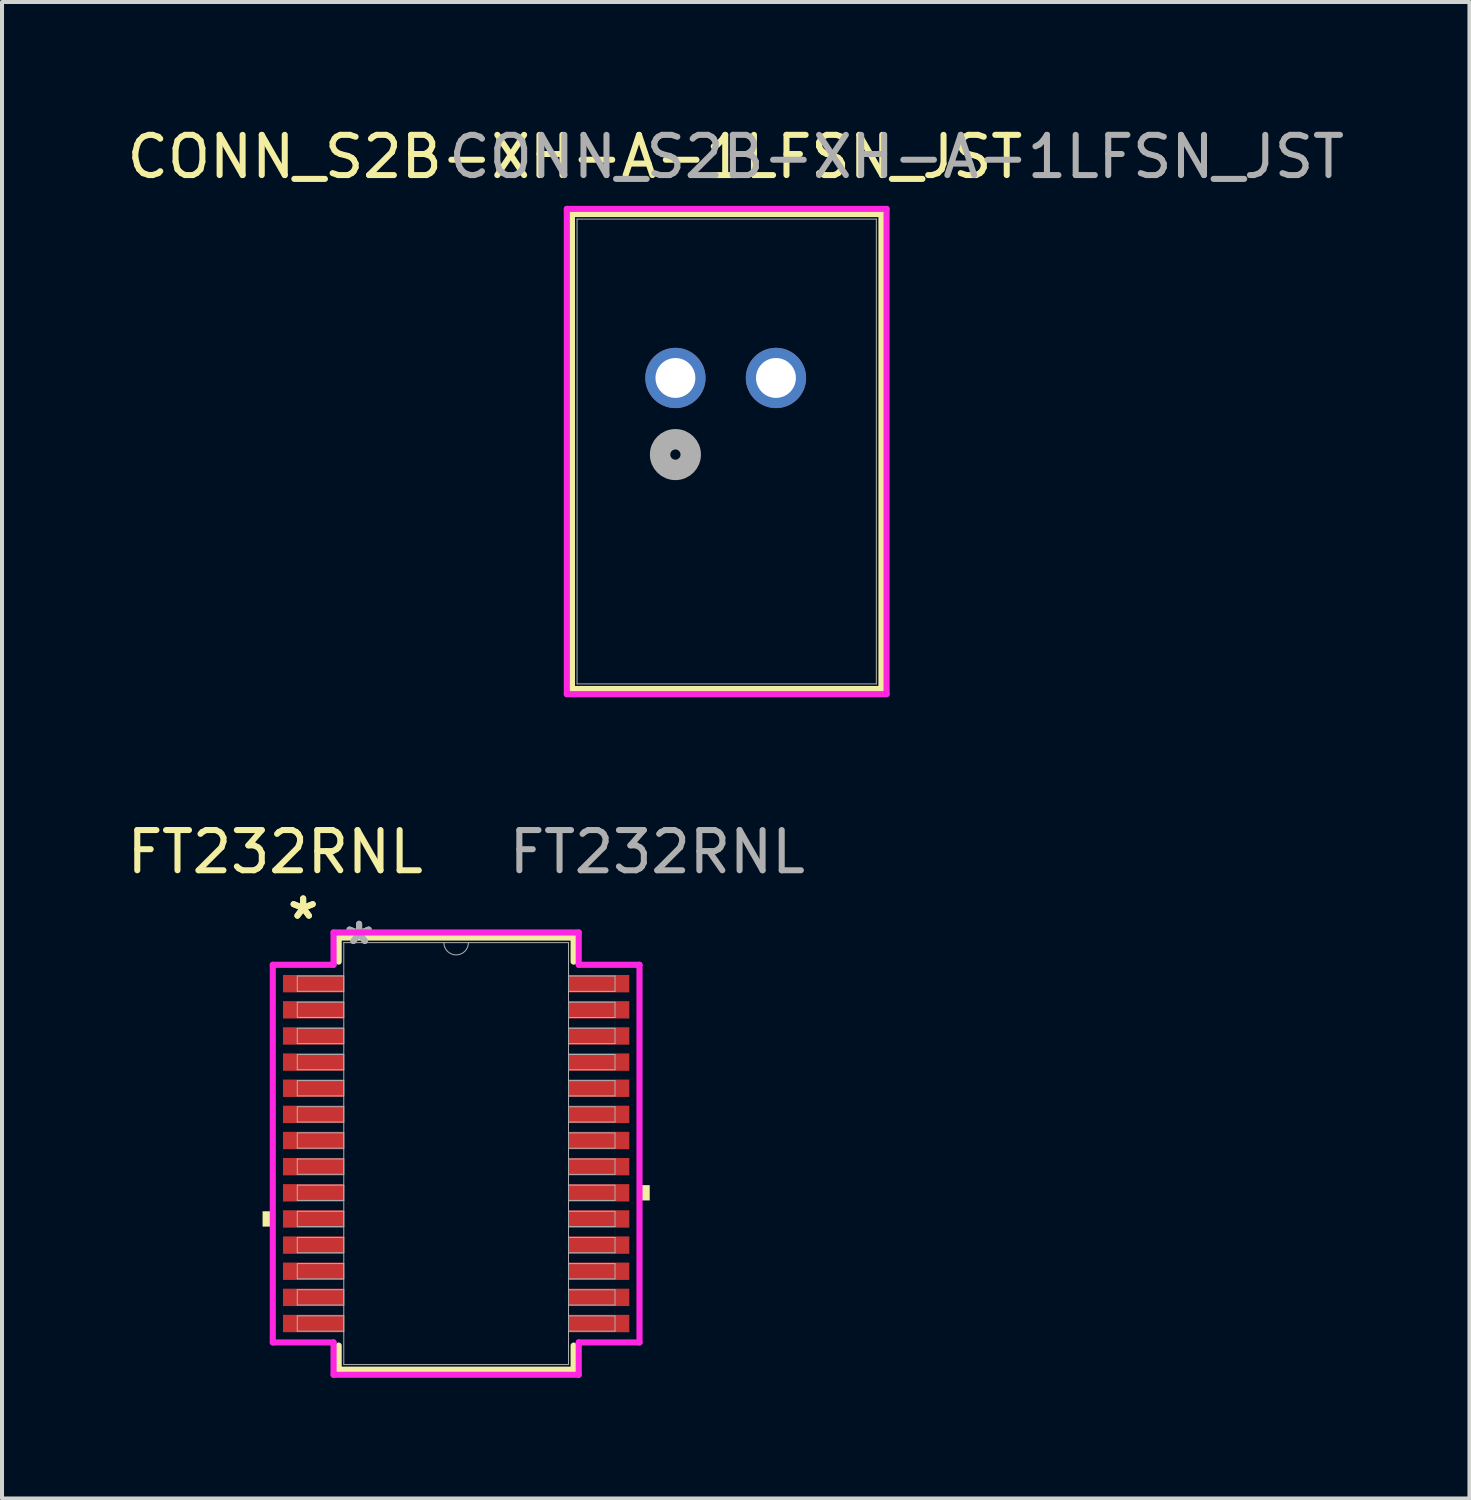
<source format=kicad_pcb>
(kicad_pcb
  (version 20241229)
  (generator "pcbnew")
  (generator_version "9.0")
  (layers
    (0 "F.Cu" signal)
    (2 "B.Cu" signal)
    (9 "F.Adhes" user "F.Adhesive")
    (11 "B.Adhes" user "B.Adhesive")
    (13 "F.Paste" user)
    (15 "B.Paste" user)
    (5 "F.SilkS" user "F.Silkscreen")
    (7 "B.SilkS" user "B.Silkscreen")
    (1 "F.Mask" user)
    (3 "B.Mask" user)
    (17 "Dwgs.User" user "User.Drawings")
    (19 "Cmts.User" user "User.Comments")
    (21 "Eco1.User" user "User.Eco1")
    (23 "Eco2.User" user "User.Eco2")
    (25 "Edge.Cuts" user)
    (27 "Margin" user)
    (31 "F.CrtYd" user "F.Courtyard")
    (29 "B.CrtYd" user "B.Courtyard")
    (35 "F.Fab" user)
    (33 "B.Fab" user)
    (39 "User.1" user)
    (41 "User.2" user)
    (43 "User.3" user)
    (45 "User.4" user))
  (footprint "CONN_S2B-XH-A-1LFSN_JST"
    (layer "F.Cu")
    (at 13.744 6.348)
    (property "Reference" "CONN_S2B-XH-A-1LFSN_JST" (at -2.5 -5.5 0) (unlocked yes) (layer "F.SilkS") (effects (font (size 1 1) (thickness 0.15))))
    (attr through_hole)
    (fp_line (start -2.573 -4.077) (end -2.573 7.734) (stroke (width 0.152) (type solid)) (layer "F.SilkS"))
    (fp_line (start -2.573 7.734) (end 5.123 7.734) (stroke (width 0.152) (type solid)) (layer "F.SilkS"))
    (fp_line (start 5.123 -4.077) (end -2.573 -4.077) (stroke (width 0.152) (type solid)) (layer "F.SilkS"))
    (fp_line (start 5.123 7.734) (end 5.123 -4.077) (stroke (width 0.152) (type solid)) (layer "F.SilkS"))
    (fp_line (start -2.7 -4.204) (end -2.7 7.861) (stroke (width 0.152) (type solid)) (layer "F.CrtYd"))
    (fp_line (start -2.7 7.861) (end 5.25 7.861) (stroke (width 0.152) (type solid)) (layer "F.CrtYd"))
    (fp_line (start 5.25 -4.204) (end -2.7 -4.204) (stroke (width 0.152) (type solid)) (layer "F.CrtYd"))
    (fp_line (start 5.25 7.861) (end 5.25 -4.204) (stroke (width 0.152) (type solid)) (layer "F.CrtYd"))
    (fp_line (start -2.446 -3.95) (end -2.446 7.607) (stroke (width 0.025) (type solid)) (layer "F.Fab"))
    (fp_line (start -2.446 7.607) (end 4.996 7.607) (stroke (width 0.025) (type solid)) (layer "F.Fab"))
    (fp_line (start 4.996 -3.95) (end -2.446 -3.95) (stroke (width 0.025) (type solid)) (layer "F.Fab"))
    (fp_line (start 4.996 7.607) (end 4.996 -3.95) (stroke (width 0.025) (type solid)) (layer "F.Fab"))
    (fp_circle (center 0 1.905) (end 0.381 1.905) (stroke (width 0.508) (type solid)) (fill no) (layer "F.Fab"))
    (fp_text user "${REFERENCE}" (at 5.5 -5.5 0) (unlocked yes) (layer "F.Fab") (effects (font (size 1 1) (thickness 0.15))))
    (pad "1" thru_hole circle (at 0 0) (size 1.499 1.499) (drill 0.991) (layers "*.Cu" "*.Mask"))
    (pad "2" thru_hole circle (at 2.5 0) (size 1.499 1.499) (drill 0.991) (layers "*.Cu" "*.Mask")))
  (footprint "FT232RNL"
    (layer "F.Cu")
    (at 8.292 25.634)
    (property "Reference" "FT232RNL" (at -4.5 -7.5 0) (unlocked yes) (layer "F.SilkS") (effects (font (size 1 1) (thickness 0.15))))
    (attr smd)
    (fp_line (start -2.921 -5.372) (end -2.921 -4.774) (stroke (width 0.152) (type solid)) (layer "F.SilkS"))
    (fp_line (start -2.921 4.774) (end -2.921 5.372) (stroke (width 0.152) (type solid)) (layer "F.SilkS"))
    (fp_line (start -2.921 5.372) (end 2.921 5.372) (stroke (width 0.152) (type solid)) (layer "F.SilkS"))
    (fp_line (start 2.921 -5.372) (end -2.921 -5.372) (stroke (width 0.152) (type solid)) (layer "F.SilkS"))
    (fp_line (start 2.921 -4.774) (end 2.921 -5.372) (stroke (width 0.152) (type solid)) (layer "F.SilkS"))
    (fp_line (start 2.921 5.372) (end 2.921 4.774) (stroke (width 0.152) (type solid)) (layer "F.SilkS"))
    (fp_poly (pts (xy -4.813 1.434) (xy -4.813 1.815) (xy -4.559 1.815) (xy -4.559 1.434)) (stroke (width 0) (type solid)) (fill yes) (layer "F.SilkS"))
    (fp_poly (pts (xy 4.813 0.784) (xy 4.813 1.165) (xy 4.559 1.165) (xy 4.559 0.784)) (stroke (width 0) (type solid)) (fill yes) (layer "F.SilkS"))
    (fp_line (start -4.559 -4.695) (end -3.048 -4.695) (stroke (width 0.152) (type solid)) (layer "F.CrtYd"))
    (fp_line (start -4.559 4.695) (end -4.559 -4.695) (stroke (width 0.152) (type solid)) (layer "F.CrtYd"))
    (fp_line (start -4.559 4.695) (end -3.048 4.695) (stroke (width 0.152) (type solid)) (layer "F.CrtYd"))
    (fp_line (start -3.048 -5.499) (end 3.048 -5.499) (stroke (width 0.152) (type solid)) (layer "F.CrtYd"))
    (fp_line (start -3.048 -4.695) (end -3.048 -5.499) (stroke (width 0.152) (type solid)) (layer "F.CrtYd"))
    (fp_line (start -3.048 5.499) (end -3.048 4.695) (stroke (width 0.152) (type solid)) (layer "F.CrtYd"))
    (fp_line (start 3.048 -5.499) (end 3.048 -4.695) (stroke (width 0.152) (type solid)) (layer "F.CrtYd"))
    (fp_line (start 3.048 4.695) (end 3.048 5.499) (stroke (width 0.152) (type solid)) (layer "F.CrtYd"))
    (fp_line (start 3.048 5.499) (end -3.048 5.499) (stroke (width 0.152) (type solid)) (layer "F.CrtYd"))
    (fp_line (start 4.559 -4.695) (end 3.048 -4.695) (stroke (width 0.152) (type solid)) (layer "F.CrtYd"))
    (fp_line (start 4.559 -4.695) (end 4.559 4.695) (stroke (width 0.152) (type solid)) (layer "F.CrtYd"))
    (fp_line (start 4.559 4.695) (end 3.048 4.695) (stroke (width 0.152) (type solid)) (layer "F.CrtYd"))
    (fp_line (start -3.95 -4.415) (end -3.95 -4.035) (stroke (width 0.025) (type solid)) (layer "F.Fab"))
    (fp_line (start -3.95 -4.035) (end -2.794 -4.035) (stroke (width 0.025) (type solid)) (layer "F.Fab"))
    (fp_line (start -3.95 -3.765) (end -3.95 -3.385) (stroke (width 0.025) (type solid)) (layer "F.Fab"))
    (fp_line (start -3.95 -3.385) (end -2.794 -3.385) (stroke (width 0.025) (type solid)) (layer "F.Fab"))
    (fp_line (start -3.95 -3.115) (end -3.95 -2.735) (stroke (width 0.025) (type solid)) (layer "F.Fab"))
    (fp_line (start -3.95 -2.735) (end -2.794 -2.735) (stroke (width 0.025) (type solid)) (layer "F.Fab"))
    (fp_line (start -3.95 -2.466) (end -3.95 -2.084) (stroke (width 0.025) (type solid)) (layer "F.Fab"))
    (fp_line (start -3.95 -2.084) (end -2.794 -2.084) (stroke (width 0.025) (type solid)) (layer "F.Fab"))
    (fp_line (start -3.95 -1.816) (end -3.95 -1.435) (stroke (width 0.025) (type solid)) (layer "F.Fab"))
    (fp_line (start -3.95 -1.435) (end -2.794 -1.435) (stroke (width 0.025) (type solid)) (layer "F.Fab"))
    (fp_line (start -3.95 -1.166) (end -3.95 -0.785) (stroke (width 0.025) (type solid)) (layer "F.Fab"))
    (fp_line (start -3.95 -0.785) (end -2.794 -0.785) (stroke (width 0.025) (type solid)) (layer "F.Fab"))
    (fp_line (start -3.95 -0.516) (end -3.95 -0.135) (stroke (width 0.025) (type solid)) (layer "F.Fab"))
    (fp_line (start -3.95 -0.135) (end -2.794 -0.135) (stroke (width 0.025) (type solid)) (layer "F.Fab"))
    (fp_line (start -3.95 0.134) (end -3.95 0.515) (stroke (width 0.025) (type solid)) (layer "F.Fab"))
    (fp_line (start -3.95 0.515) (end -2.794 0.515) (stroke (width 0.025) (type solid)) (layer "F.Fab"))
    (fp_line (start -3.95 0.784) (end -3.95 1.165) (stroke (width 0.025) (type solid)) (layer "F.Fab"))
    (fp_line (start -3.95 1.165) (end -2.794 1.165) (stroke (width 0.025) (type solid)) (layer "F.Fab"))
    (fp_line (start -3.95 1.434) (end -3.95 1.815) (stroke (width 0.025) (type solid)) (layer "F.Fab"))
    (fp_line (start -3.95 1.815) (end -2.794 1.815) (stroke (width 0.025) (type solid)) (layer "F.Fab"))
    (fp_line (start -3.95 2.084) (end -3.95 2.465) (stroke (width 0.025) (type solid)) (layer "F.Fab"))
    (fp_line (start -3.95 2.465) (end -2.794 2.465) (stroke (width 0.025) (type solid)) (layer "F.Fab"))
    (fp_line (start -3.95 2.734) (end -3.95 3.115) (stroke (width 0.025) (type solid)) (layer "F.Fab"))
    (fp_line (start -3.95 3.115) (end -2.794 3.115) (stroke (width 0.025) (type solid)) (layer "F.Fab"))
    (fp_line (start -3.95 3.384) (end -3.95 3.765) (stroke (width 0.025) (type solid)) (layer "F.Fab"))
    (fp_line (start -3.95 3.765) (end -2.794 3.765) (stroke (width 0.025) (type solid)) (layer "F.Fab"))
    (fp_line (start -3.95 4.034) (end -3.95 4.415) (stroke (width 0.025) (type solid)) (layer "F.Fab"))
    (fp_line (start -3.95 4.415) (end -2.794 4.415) (stroke (width 0.025) (type solid)) (layer "F.Fab"))
    (fp_line (start -2.794 -5.245) (end -2.794 5.245) (stroke (width 0.025) (type solid)) (layer "F.Fab"))
    (fp_line (start -2.794 -4.415) (end -3.95 -4.415) (stroke (width 0.025) (type solid)) (layer "F.Fab"))
    (fp_line (start -2.794 -4.035) (end -2.794 -4.415) (stroke (width 0.025) (type solid)) (layer "F.Fab"))
    (fp_line (start -2.794 -3.765) (end -3.95 -3.765) (stroke (width 0.025) (type solid)) (layer "F.Fab"))
    (fp_line (start -2.794 -3.385) (end -2.794 -3.765) (stroke (width 0.025) (type solid)) (layer "F.Fab"))
    (fp_line (start -2.794 -3.115) (end -3.95 -3.115) (stroke (width 0.025) (type solid)) (layer "F.Fab"))
    (fp_line (start -2.794 -2.735) (end -2.794 -3.115) (stroke (width 0.025) (type solid)) (layer "F.Fab"))
    (fp_line (start -2.794 -2.466) (end -3.95 -2.466) (stroke (width 0.025) (type solid)) (layer "F.Fab"))
    (fp_line (start -2.794 -2.084) (end -2.794 -2.466) (stroke (width 0.025) (type solid)) (layer "F.Fab"))
    (fp_line (start -2.794 -1.816) (end -3.95 -1.816) (stroke (width 0.025) (type solid)) (layer "F.Fab"))
    (fp_line (start -2.794 -1.435) (end -2.794 -1.816) (stroke (width 0.025) (type solid)) (layer "F.Fab"))
    (fp_line (start -2.794 -1.166) (end -3.95 -1.166) (stroke (width 0.025) (type solid)) (layer "F.Fab"))
    (fp_line (start -2.794 -0.785) (end -2.794 -1.166) (stroke (width 0.025) (type solid)) (layer "F.Fab"))
    (fp_line (start -2.794 -0.516) (end -3.95 -0.516) (stroke (width 0.025) (type solid)) (layer "F.Fab"))
    (fp_line (start -2.794 -0.135) (end -2.794 -0.516) (stroke (width 0.025) (type solid)) (layer "F.Fab"))
    (fp_line (start -2.794 0.134) (end -3.95 0.134) (stroke (width 0.025) (type solid)) (layer "F.Fab"))
    (fp_line (start -2.794 0.515) (end -2.794 0.134) (stroke (width 0.025) (type solid)) (layer "F.Fab"))
    (fp_line (start -2.794 0.784) (end -3.95 0.784) (stroke (width 0.025) (type solid)) (layer "F.Fab"))
    (fp_line (start -2.794 1.165) (end -2.794 0.784) (stroke (width 0.025) (type solid)) (layer "F.Fab"))
    (fp_line (start -2.794 1.434) (end -3.95 1.434) (stroke (width 0.025) (type solid)) (layer "F.Fab"))
    (fp_line (start -2.794 1.815) (end -2.794 1.434) (stroke (width 0.025) (type solid)) (layer "F.Fab"))
    (fp_line (start -2.794 2.084) (end -3.95 2.084) (stroke (width 0.025) (type solid)) (layer "F.Fab"))
    (fp_line (start -2.794 2.465) (end -2.794 2.084) (stroke (width 0.025) (type solid)) (layer "F.Fab"))
    (fp_line (start -2.794 2.734) (end -3.95 2.734) (stroke (width 0.025) (type solid)) (layer "F.Fab"))
    (fp_line (start -2.794 3.115) (end -2.794 2.734) (stroke (width 0.025) (type solid)) (layer "F.Fab"))
    (fp_line (start -2.794 3.384) (end -3.95 3.384) (stroke (width 0.025) (type solid)) (layer "F.Fab"))
    (fp_line (start -2.794 3.765) (end -2.794 3.384) (stroke (width 0.025) (type solid)) (layer "F.Fab"))
    (fp_line (start -2.794 4.034) (end -3.95 4.034) (stroke (width 0.025) (type solid)) (layer "F.Fab"))
    (fp_line (start -2.794 4.415) (end -2.794 4.034) (stroke (width 0.025) (type solid)) (layer "F.Fab"))
    (fp_line (start -2.794 5.245) (end 2.794 5.245) (stroke (width 0.025) (type solid)) (layer "F.Fab"))
    (fp_line (start 2.794 -5.245) (end -2.794 -5.245) (stroke (width 0.025) (type solid)) (layer "F.Fab"))
    (fp_line (start 2.794 -4.415) (end 2.794 -4.034) (stroke (width 0.025) (type solid)) (layer "F.Fab"))
    (fp_line (start 2.794 -4.034) (end 3.95 -4.034) (stroke (width 0.025) (type solid)) (layer "F.Fab"))
    (fp_line (start 2.794 -3.765) (end 2.794 -3.384) (stroke (width 0.025) (type solid)) (layer "F.Fab"))
    (fp_line (start 2.794 -3.384) (end 3.95 -3.384) (stroke (width 0.025) (type solid)) (layer "F.Fab"))
    (fp_line (start 2.794 -3.115) (end 2.794 -2.734) (stroke (width 0.025) (type solid)) (layer "F.Fab"))
    (fp_line (start 2.794 -2.734) (end 3.95 -2.734) (stroke (width 0.025) (type solid)) (layer "F.Fab"))
    (fp_line (start 2.794 -2.465) (end 2.794 -2.084) (stroke (width 0.025) (type solid)) (layer "F.Fab"))
    (fp_line (start 2.794 -2.084) (end 3.95 -2.084) (stroke (width 0.025) (type solid)) (layer "F.Fab"))
    (fp_line (start 2.794 -1.815) (end 2.794 -1.434) (stroke (width 0.025) (type solid)) (layer "F.Fab"))
    (fp_line (start 2.794 -1.434) (end 3.95 -1.434) (stroke (width 0.025) (type solid)) (layer "F.Fab"))
    (fp_line (start 2.794 -1.165) (end 2.794 -0.784) (stroke (width 0.025) (type solid)) (layer "F.Fab"))
    (fp_line (start 2.794 -0.784) (end 3.95 -0.784) (stroke (width 0.025) (type solid)) (layer "F.Fab"))
    (fp_line (start 2.794 -0.515) (end 2.794 -0.134) (stroke (width 0.025) (type solid)) (layer "F.Fab"))
    (fp_line (start 2.794 -0.134) (end 3.95 -0.134) (stroke (width 0.025) (type solid)) (layer "F.Fab"))
    (fp_line (start 2.794 0.135) (end 2.794 0.516) (stroke (width 0.025) (type solid)) (layer "F.Fab"))
    (fp_line (start 2.794 0.516) (end 3.95 0.516) (stroke (width 0.025) (type solid)) (layer "F.Fab"))
    (fp_line (start 2.794 0.784) (end 2.794 1.165) (stroke (width 0.025) (type solid)) (layer "F.Fab"))
    (fp_line (start 2.794 1.165) (end 3.95 1.165) (stroke (width 0.025) (type solid)) (layer "F.Fab"))
    (fp_line (start 2.794 1.435) (end 2.794 1.815) (stroke (width 0.025) (type solid)) (layer "F.Fab"))
    (fp_line (start 2.794 1.815) (end 3.95 1.815) (stroke (width 0.025) (type solid)) (layer "F.Fab"))
    (fp_line (start 2.794 2.084) (end 2.794 2.466) (stroke (width 0.025) (type solid)) (layer "F.Fab"))
    (fp_line (start 2.794 2.466) (end 3.95 2.466) (stroke (width 0.025) (type solid)) (layer "F.Fab"))
    (fp_line (start 2.794 2.735) (end 2.794 3.115) (stroke (width 0.025) (type solid)) (layer "F.Fab"))
    (fp_line (start 2.794 3.115) (end 3.95 3.115) (stroke (width 0.025) (type solid)) (layer "F.Fab"))
    (fp_line (start 2.794 3.385) (end 2.794 3.765) (stroke (width 0.025) (type solid)) (layer "F.Fab"))
    (fp_line (start 2.794 3.765) (end 3.95 3.765) (stroke (width 0.025) (type solid)) (layer "F.Fab"))
    (fp_line (start 2.794 4.035) (end 2.794 4.415) (stroke (width 0.025) (type solid)) (layer "F.Fab"))
    (fp_line (start 2.794 4.415) (end 3.95 4.415) (stroke (width 0.025) (type solid)) (layer "F.Fab"))
    (fp_line (start 2.794 5.245) (end 2.794 -5.245) (stroke (width 0.025) (type solid)) (layer "F.Fab"))
    (fp_line (start 3.95 -4.415) (end 2.794 -4.415) (stroke (width 0.025) (type solid)) (layer "F.Fab"))
    (fp_line (start 3.95 -4.034) (end 3.95 -4.415) (stroke (width 0.025) (type solid)) (layer "F.Fab"))
    (fp_line (start 3.95 -3.765) (end 2.794 -3.765) (stroke (width 0.025) (type solid)) (layer "F.Fab"))
    (fp_line (start 3.95 -3.384) (end 3.95 -3.765) (stroke (width 0.025) (type solid)) (layer "F.Fab"))
    (fp_line (start 3.95 -3.115) (end 2.794 -3.115) (stroke (width 0.025) (type solid)) (layer "F.Fab"))
    (fp_line (start 3.95 -2.734) (end 3.95 -3.115) (stroke (width 0.025) (type solid)) (layer "F.Fab"))
    (fp_line (start 3.95 -2.465) (end 2.794 -2.465) (stroke (width 0.025) (type solid)) (layer "F.Fab"))
    (fp_line (start 3.95 -2.084) (end 3.95 -2.465) (stroke (width 0.025) (type solid)) (layer "F.Fab"))
    (fp_line (start 3.95 -1.815) (end 2.794 -1.815) (stroke (width 0.025) (type solid)) (layer "F.Fab"))
    (fp_line (start 3.95 -1.434) (end 3.95 -1.815) (stroke (width 0.025) (type solid)) (layer "F.Fab"))
    (fp_line (start 3.95 -1.165) (end 2.794 -1.165) (stroke (width 0.025) (type solid)) (layer "F.Fab"))
    (fp_line (start 3.95 -0.784) (end 3.95 -1.165) (stroke (width 0.025) (type solid)) (layer "F.Fab"))
    (fp_line (start 3.95 -0.515) (end 2.794 -0.515) (stroke (width 0.025) (type solid)) (layer "F.Fab"))
    (fp_line (start 3.95 -0.134) (end 3.95 -0.515) (stroke (width 0.025) (type solid)) (layer "F.Fab"))
    (fp_line (start 3.95 0.135) (end 2.794 0.135) (stroke (width 0.025) (type solid)) (layer "F.Fab"))
    (fp_line (start 3.95 0.516) (end 3.95 0.135) (stroke (width 0.025) (type solid)) (layer "F.Fab"))
    (fp_line (start 3.95 0.784) (end 2.794 0.784) (stroke (width 0.025) (type solid)) (layer "F.Fab"))
    (fp_line (start 3.95 1.165) (end 3.95 0.784) (stroke (width 0.025) (type solid)) (layer "F.Fab"))
    (fp_line (start 3.95 1.435) (end 2.794 1.435) (stroke (width 0.025) (type solid)) (layer "F.Fab"))
    (fp_line (start 3.95 1.815) (end 3.95 1.435) (stroke (width 0.025) (type solid)) (layer "F.Fab"))
    (fp_line (start 3.95 2.084) (end 2.794 2.084) (stroke (width 0.025) (type solid)) (layer "F.Fab"))
    (fp_line (start 3.95 2.466) (end 3.95 2.084) (stroke (width 0.025) (type solid)) (layer "F.Fab"))
    (fp_line (start 3.95 2.735) (end 2.794 2.735) (stroke (width 0.025) (type solid)) (layer "F.Fab"))
    (fp_line (start 3.95 3.115) (end 3.95 2.735) (stroke (width 0.025) (type solid)) (layer "F.Fab"))
    (fp_line (start 3.95 3.385) (end 2.794 3.385) (stroke (width 0.025) (type solid)) (layer "F.Fab"))
    (fp_line (start 3.95 3.765) (end 3.95 3.385) (stroke (width 0.025) (type solid)) (layer "F.Fab"))
    (fp_line (start 3.95 4.035) (end 2.794 4.035) (stroke (width 0.025) (type solid)) (layer "F.Fab"))
    (fp_line (start 3.95 4.415) (end 3.95 4.035) (stroke (width 0.025) (type solid)) (layer "F.Fab"))
    (fp_arc (start 0.3048 -5.2451) (mid 0 -4.9403) (end -0.3048 -5.2451) (stroke (width 0.0254) (type solid)) (layer "F.Fab"))
    (fp_text user "*" (at -3.804 -5.8 0) (layer "F.SilkS") (effects (font (size 1 1) (thickness 0.15))))
    (fp_text user "*" (at -3.804 -5.8 0) (unlocked yes) (layer "F.SilkS") (effects (font (size 1 1) (thickness 0.15))))
    (fp_text user "*" (at -2.413 -5.169 0) (layer "F.Fab") (effects (font (size 1 1) (thickness 0.15))))
    (fp_text user "*" (at -2.413 -5.169 0) (unlocked yes) (layer "F.Fab") (effects (font (size 1 1) (thickness 0.15))))
    (fp_text user "${REFERENCE}" (at 5 -7.5 0) (unlocked yes) (layer "F.Fab") (effects (font (size 1 1) (thickness 0.15))))
    (pad "1" smd rect (at -3.55 -4.225) (size 1.511 0.432) (layers "F.Cu" "F.Mask" "F.Paste"))
    (pad "2" smd rect (at -3.55 -3.575) (size 1.511 0.432) (layers "F.Cu" "F.Mask" "F.Paste"))
    (pad "3" smd rect (at -3.55 -2.925) (size 1.511 0.432) (layers "F.Cu" "F.Mask" "F.Paste"))
    (pad "4" smd rect (at -3.55 -2.275) (size 1.511 0.432) (layers "F.Cu" "F.Mask" "F.Paste"))
    (pad "5" smd rect (at -3.55 -1.625) (size 1.511 0.432) (layers "F.Cu" "F.Mask" "F.Paste"))
    (pad "6" smd rect (at -3.55 -0.975) (size 1.511 0.432) (layers "F.Cu" "F.Mask" "F.Paste"))
    (pad "7" smd rect (at -3.55 -0.325) (size 1.511 0.432) (layers "F.Cu" "F.Mask" "F.Paste"))
    (pad "8" smd rect (at -3.55 0.325) (size 1.511 0.432) (layers "F.Cu" "F.Mask" "F.Paste"))
    (pad "9" smd rect (at -3.55 0.975) (size 1.511 0.432) (layers "F.Cu" "F.Mask" "F.Paste"))
    (pad "10" smd rect (at -3.55 1.625) (size 1.511 0.432) (layers "F.Cu" "F.Mask" "F.Paste"))
    (pad "11" smd rect (at -3.55 2.275) (size 1.511 0.432) (layers "F.Cu" "F.Mask" "F.Paste"))
    (pad "12" smd rect (at -3.55 2.925) (size 1.511 0.432) (layers "F.Cu" "F.Mask" "F.Paste"))
    (pad "13" smd rect (at -3.55 3.575) (size 1.511 0.432) (layers "F.Cu" "F.Mask" "F.Paste"))
    (pad "14" smd rect (at -3.55 4.225) (size 1.511 0.432) (layers "F.Cu" "F.Mask" "F.Paste"))
    (pad "15" smd rect (at 3.55 4.225) (size 1.511 0.432) (layers "F.Cu" "F.Mask" "F.Paste"))
    (pad "16" smd rect (at 3.55 3.575) (size 1.511 0.432) (layers "F.Cu" "F.Mask" "F.Paste"))
    (pad "17" smd rect (at 3.55 2.925) (size 1.511 0.432) (layers "F.Cu" "F.Mask" "F.Paste"))
    (pad "18" smd rect (at 3.55 2.275) (size 1.511 0.432) (layers "F.Cu" "F.Mask" "F.Paste"))
    (pad "19" smd rect (at 3.55 1.625) (size 1.511 0.432) (layers "F.Cu" "F.Mask" "F.Paste"))
    (pad "20" smd rect (at 3.55 0.975) (size 1.511 0.432) (layers "F.Cu" "F.Mask" "F.Paste"))
    (pad "21" smd rect (at 3.55 0.325) (size 1.511 0.432) (layers "F.Cu" "F.Mask" "F.Paste"))
    (pad "22" smd rect (at 3.55 -0.325) (size 1.511 0.432) (layers "F.Cu" "F.Mask" "F.Paste"))
    (pad "23" smd rect (at 3.55 -0.975) (size 1.511 0.432) (layers "F.Cu" "F.Mask" "F.Paste"))
    (pad "24" smd rect (at 3.55 -1.625) (size 1.511 0.432) (layers "F.Cu" "F.Mask" "F.Paste"))
    (pad "25" smd rect (at 3.55 -2.275) (size 1.511 0.432) (layers "F.Cu" "F.Mask" "F.Paste"))
    (pad "26" smd rect (at 3.55 -2.925) (size 1.511 0.432) (layers "F.Cu" "F.Mask" "F.Paste"))
    (pad "27" smd rect (at 3.55 -3.575) (size 1.511 0.432) (layers "F.Cu" "F.Mask" "F.Paste"))
    (pad "28" smd rect (at 3.55 -4.225) (size 1.511 0.432) (layers "F.Cu" "F.Mask" "F.Paste")))
  (gr_rect
    (start -3 -3)
    (end 33.488 34.209)
    (stroke (width 0.1) (type default))
    (fill no)
    (layer "Edge.Cuts")))
</source>
